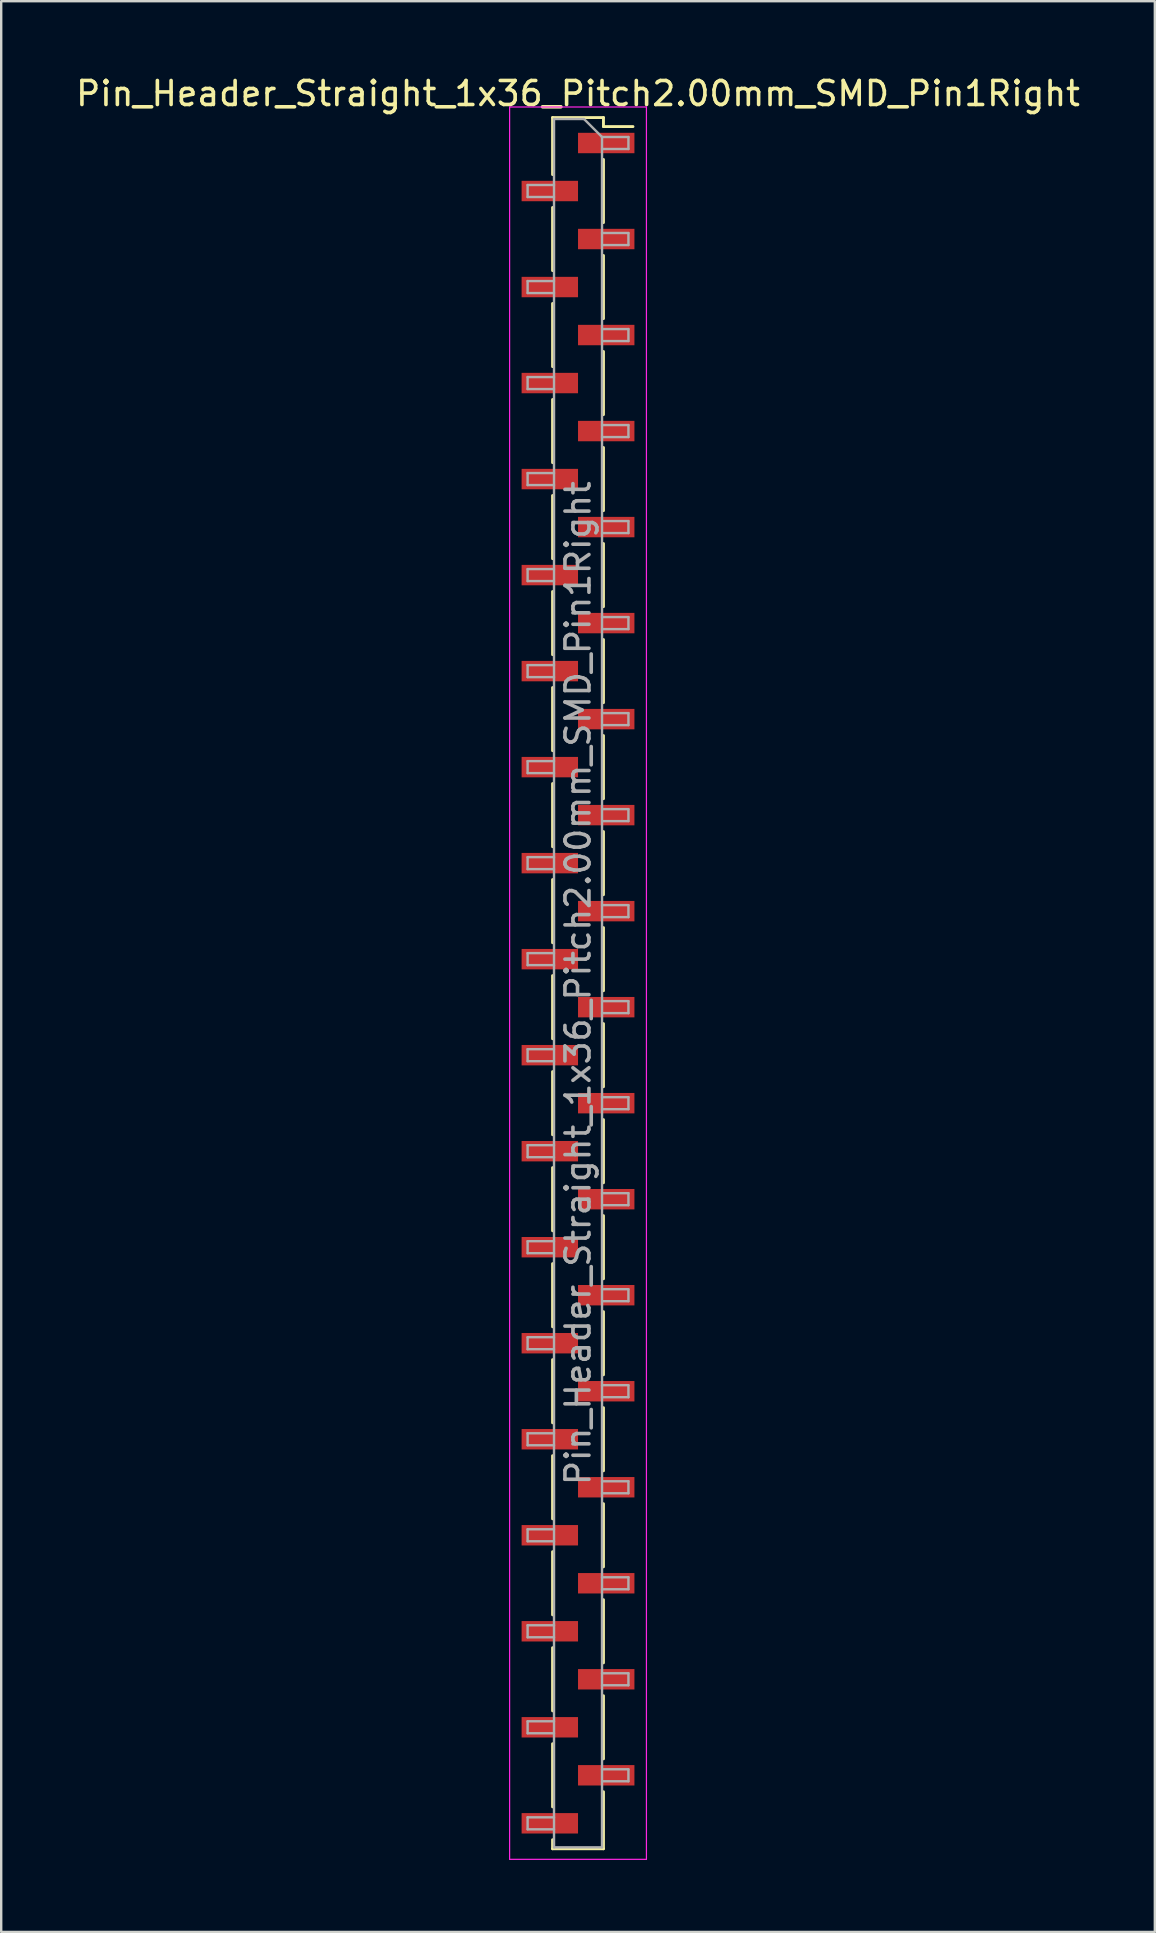
<source format=kicad_pcb>
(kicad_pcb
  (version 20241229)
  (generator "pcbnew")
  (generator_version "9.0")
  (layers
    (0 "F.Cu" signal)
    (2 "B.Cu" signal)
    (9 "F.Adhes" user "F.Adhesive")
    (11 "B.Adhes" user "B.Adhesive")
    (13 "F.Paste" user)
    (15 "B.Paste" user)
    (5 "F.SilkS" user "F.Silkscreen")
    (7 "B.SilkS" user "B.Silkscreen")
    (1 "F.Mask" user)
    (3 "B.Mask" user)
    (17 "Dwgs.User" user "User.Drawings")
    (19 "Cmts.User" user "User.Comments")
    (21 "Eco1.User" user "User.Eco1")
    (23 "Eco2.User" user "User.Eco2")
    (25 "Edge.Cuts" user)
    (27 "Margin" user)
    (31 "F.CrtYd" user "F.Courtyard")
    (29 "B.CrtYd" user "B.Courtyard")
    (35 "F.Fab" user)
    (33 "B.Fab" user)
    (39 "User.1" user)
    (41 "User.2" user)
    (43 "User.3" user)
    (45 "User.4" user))
  (footprint "Pin_Header_Straight_1x36_Pitch2.00mm_SMD_Pin1Right"
    (layer "F.Cu")
    (at 21.03 37.908)
    (property "Reference" "Pin_Header_Straight_1x36_Pitch2.00mm_SMD_Pin1Right" (at 0 -37.06 0) (layer "F.SilkS") (effects (font (size 1 1) (thickness 0.15))))
    (attr smd)
    (fp_line (start -1.06 -36.06) (end -1.06 -33.685) (stroke (width 0.12) (type solid)) (layer "F.SilkS"))
    (fp_line (start -1.06 -36.06) (end 1.06 -36.06) (stroke (width 0.12) (type solid)) (layer "F.SilkS"))
    (fp_line (start -1.06 -32.315) (end -1.06 -29.685) (stroke (width 0.12) (type solid)) (layer "F.SilkS"))
    (fp_line (start -1.06 -28.315) (end -1.06 -25.685) (stroke (width 0.12) (type solid)) (layer "F.SilkS"))
    (fp_line (start -1.06 -24.315) (end -1.06 -21.685) (stroke (width 0.12) (type solid)) (layer "F.SilkS"))
    (fp_line (start -1.06 -20.315) (end -1.06 -17.685) (stroke (width 0.12) (type solid)) (layer "F.SilkS"))
    (fp_line (start -1.06 -16.315) (end -1.06 -13.685) (stroke (width 0.12) (type solid)) (layer "F.SilkS"))
    (fp_line (start -1.06 -12.315) (end -1.06 -9.685) (stroke (width 0.12) (type solid)) (layer "F.SilkS"))
    (fp_line (start -1.06 -8.315) (end -1.06 -5.685) (stroke (width 0.12) (type solid)) (layer "F.SilkS"))
    (fp_line (start -1.06 -4.315) (end -1.06 -1.685) (stroke (width 0.12) (type solid)) (layer "F.SilkS"))
    (fp_line (start -1.06 -0.315) (end -1.06 2.315) (stroke (width 0.12) (type solid)) (layer "F.SilkS"))
    (fp_line (start -1.06 3.685) (end -1.06 6.315) (stroke (width 0.12) (type solid)) (layer "F.SilkS"))
    (fp_line (start -1.06 7.685) (end -1.06 10.315) (stroke (width 0.12) (type solid)) (layer "F.SilkS"))
    (fp_line (start -1.06 11.685) (end -1.06 14.315) (stroke (width 0.12) (type solid)) (layer "F.SilkS"))
    (fp_line (start -1.06 15.685) (end -1.06 18.315) (stroke (width 0.12) (type solid)) (layer "F.SilkS"))
    (fp_line (start -1.06 19.685) (end -1.06 22.315) (stroke (width 0.12) (type solid)) (layer "F.SilkS"))
    (fp_line (start -1.06 23.685) (end -1.06 26.315) (stroke (width 0.12) (type solid)) (layer "F.SilkS"))
    (fp_line (start -1.06 27.685) (end -1.06 30.315) (stroke (width 0.12) (type solid)) (layer "F.SilkS"))
    (fp_line (start -1.06 31.685) (end -1.06 34.315) (stroke (width 0.12) (type solid)) (layer "F.SilkS"))
    (fp_line (start -1.06 35.685) (end -1.06 36.06) (stroke (width 0.12) (type solid)) (layer "F.SilkS"))
    (fp_line (start -1.06 36.06) (end 1.06 36.06) (stroke (width 0.12) (type solid)) (layer "F.SilkS"))
    (fp_line (start 1.06 -36.06) (end 1.06 -35.685) (stroke (width 0.12) (type solid)) (layer "F.SilkS"))
    (fp_line (start 1.06 -35.685) (end 2.29 -35.685) (stroke (width 0.12) (type solid)) (layer "F.SilkS"))
    (fp_line (start 1.06 -34.315) (end 1.06 -31.685) (stroke (width 0.12) (type solid)) (layer "F.SilkS"))
    (fp_line (start 1.06 -30.315) (end 1.06 -27.685) (stroke (width 0.12) (type solid)) (layer "F.SilkS"))
    (fp_line (start 1.06 -26.315) (end 1.06 -23.685) (stroke (width 0.12) (type solid)) (layer "F.SilkS"))
    (fp_line (start 1.06 -22.315) (end 1.06 -19.685) (stroke (width 0.12) (type solid)) (layer "F.SilkS"))
    (fp_line (start 1.06 -18.315) (end 1.06 -15.685) (stroke (width 0.12) (type solid)) (layer "F.SilkS"))
    (fp_line (start 1.06 -14.315) (end 1.06 -11.685) (stroke (width 0.12) (type solid)) (layer "F.SilkS"))
    (fp_line (start 1.06 -10.315) (end 1.06 -7.685) (stroke (width 0.12) (type solid)) (layer "F.SilkS"))
    (fp_line (start 1.06 -6.315) (end 1.06 -3.685) (stroke (width 0.12) (type solid)) (layer "F.SilkS"))
    (fp_line (start 1.06 -2.315) (end 1.06 0.315) (stroke (width 0.12) (type solid)) (layer "F.SilkS"))
    (fp_line (start 1.06 1.685) (end 1.06 4.315) (stroke (width 0.12) (type solid)) (layer "F.SilkS"))
    (fp_line (start 1.06 5.685) (end 1.06 8.315) (stroke (width 0.12) (type solid)) (layer "F.SilkS"))
    (fp_line (start 1.06 9.685) (end 1.06 12.315) (stroke (width 0.12) (type solid)) (layer "F.SilkS"))
    (fp_line (start 1.06 13.685) (end 1.06 16.315) (stroke (width 0.12) (type solid)) (layer "F.SilkS"))
    (fp_line (start 1.06 17.685) (end 1.06 20.315) (stroke (width 0.12) (type solid)) (layer "F.SilkS"))
    (fp_line (start 1.06 21.685) (end 1.06 24.315) (stroke (width 0.12) (type solid)) (layer "F.SilkS"))
    (fp_line (start 1.06 25.685) (end 1.06 28.315) (stroke (width 0.12) (type solid)) (layer "F.SilkS"))
    (fp_line (start 1.06 29.685) (end 1.06 32.315) (stroke (width 0.12) (type solid)) (layer "F.SilkS"))
    (fp_line (start 1.06 33.685) (end 1.06 36.06) (stroke (width 0.12) (type solid)) (layer "F.SilkS"))
    (fp_line (start -2.85 -36.5) (end -2.85 36.5) (stroke (width 0.05) (type solid)) (layer "F.CrtYd"))
    (fp_line (start -2.85 36.5) (end 2.85 36.5) (stroke (width 0.05) (type solid)) (layer "F.CrtYd"))
    (fp_line (start 2.85 -36.5) (end -2.85 -36.5) (stroke (width 0.05) (type solid)) (layer "F.CrtYd"))
    (fp_line (start 2.85 36.5) (end 2.85 -36.5) (stroke (width 0.05) (type solid)) (layer "F.CrtYd"))
    (fp_line (start -2.1 -33.25) (end -2.1 -32.75) (stroke (width 0.1) (type solid)) (layer "F.Fab"))
    (fp_line (start -2.1 -32.75) (end -1 -32.75) (stroke (width 0.1) (type solid)) (layer "F.Fab"))
    (fp_line (start -2.1 -29.25) (end -2.1 -28.75) (stroke (width 0.1) (type solid)) (layer "F.Fab"))
    (fp_line (start -2.1 -28.75) (end -1 -28.75) (stroke (width 0.1) (type solid)) (layer "F.Fab"))
    (fp_line (start -2.1 -25.25) (end -2.1 -24.75) (stroke (width 0.1) (type solid)) (layer "F.Fab"))
    (fp_line (start -2.1 -24.75) (end -1 -24.75) (stroke (width 0.1) (type solid)) (layer "F.Fab"))
    (fp_line (start -2.1 -21.25) (end -2.1 -20.75) (stroke (width 0.1) (type solid)) (layer "F.Fab"))
    (fp_line (start -2.1 -20.75) (end -1 -20.75) (stroke (width 0.1) (type solid)) (layer "F.Fab"))
    (fp_line (start -2.1 -17.25) (end -2.1 -16.75) (stroke (width 0.1) (type solid)) (layer "F.Fab"))
    (fp_line (start -2.1 -16.75) (end -1 -16.75) (stroke (width 0.1) (type solid)) (layer "F.Fab"))
    (fp_line (start -2.1 -13.25) (end -2.1 -12.75) (stroke (width 0.1) (type solid)) (layer "F.Fab"))
    (fp_line (start -2.1 -12.75) (end -1 -12.75) (stroke (width 0.1) (type solid)) (layer "F.Fab"))
    (fp_line (start -2.1 -9.25) (end -2.1 -8.75) (stroke (width 0.1) (type solid)) (layer "F.Fab"))
    (fp_line (start -2.1 -8.75) (end -1 -8.75) (stroke (width 0.1) (type solid)) (layer "F.Fab"))
    (fp_line (start -2.1 -5.25) (end -2.1 -4.75) (stroke (width 0.1) (type solid)) (layer "F.Fab"))
    (fp_line (start -2.1 -4.75) (end -1 -4.75) (stroke (width 0.1) (type solid)) (layer "F.Fab"))
    (fp_line (start -2.1 -1.25) (end -2.1 -0.75) (stroke (width 0.1) (type solid)) (layer "F.Fab"))
    (fp_line (start -2.1 -0.75) (end -1 -0.75) (stroke (width 0.1) (type solid)) (layer "F.Fab"))
    (fp_line (start -2.1 2.75) (end -2.1 3.25) (stroke (width 0.1) (type solid)) (layer "F.Fab"))
    (fp_line (start -2.1 3.25) (end -1 3.25) (stroke (width 0.1) (type solid)) (layer "F.Fab"))
    (fp_line (start -2.1 6.75) (end -2.1 7.25) (stroke (width 0.1) (type solid)) (layer "F.Fab"))
    (fp_line (start -2.1 7.25) (end -1 7.25) (stroke (width 0.1) (type solid)) (layer "F.Fab"))
    (fp_line (start -2.1 10.75) (end -2.1 11.25) (stroke (width 0.1) (type solid)) (layer "F.Fab"))
    (fp_line (start -2.1 11.25) (end -1 11.25) (stroke (width 0.1) (type solid)) (layer "F.Fab"))
    (fp_line (start -2.1 14.75) (end -2.1 15.25) (stroke (width 0.1) (type solid)) (layer "F.Fab"))
    (fp_line (start -2.1 15.25) (end -1 15.25) (stroke (width 0.1) (type solid)) (layer "F.Fab"))
    (fp_line (start -2.1 18.75) (end -2.1 19.25) (stroke (width 0.1) (type solid)) (layer "F.Fab"))
    (fp_line (start -2.1 19.25) (end -1 19.25) (stroke (width 0.1) (type solid)) (layer "F.Fab"))
    (fp_line (start -2.1 22.75) (end -2.1 23.25) (stroke (width 0.1) (type solid)) (layer "F.Fab"))
    (fp_line (start -2.1 23.25) (end -1 23.25) (stroke (width 0.1) (type solid)) (layer "F.Fab"))
    (fp_line (start -2.1 26.75) (end -2.1 27.25) (stroke (width 0.1) (type solid)) (layer "F.Fab"))
    (fp_line (start -2.1 27.25) (end -1 27.25) (stroke (width 0.1) (type solid)) (layer "F.Fab"))
    (fp_line (start -2.1 30.75) (end -2.1 31.25) (stroke (width 0.1) (type solid)) (layer "F.Fab"))
    (fp_line (start -2.1 31.25) (end -1 31.25) (stroke (width 0.1) (type solid)) (layer "F.Fab"))
    (fp_line (start -2.1 34.75) (end -2.1 35.25) (stroke (width 0.1) (type solid)) (layer "F.Fab"))
    (fp_line (start -2.1 35.25) (end -1 35.25) (stroke (width 0.1) (type solid)) (layer "F.Fab"))
    (fp_line (start -1 -36) (end -1 36) (stroke (width 0.1) (type solid)) (layer "F.Fab"))
    (fp_line (start -1 -36) (end 0.25 -36) (stroke (width 0.1) (type solid)) (layer "F.Fab"))
    (fp_line (start -1 -33.25) (end -2.1 -33.25) (stroke (width 0.1) (type solid)) (layer "F.Fab"))
    (fp_line (start -1 -29.25) (end -2.1 -29.25) (stroke (width 0.1) (type solid)) (layer "F.Fab"))
    (fp_line (start -1 -25.25) (end -2.1 -25.25) (stroke (width 0.1) (type solid)) (layer "F.Fab"))
    (fp_line (start -1 -21.25) (end -2.1 -21.25) (stroke (width 0.1) (type solid)) (layer "F.Fab"))
    (fp_line (start -1 -17.25) (end -2.1 -17.25) (stroke (width 0.1) (type solid)) (layer "F.Fab"))
    (fp_line (start -1 -13.25) (end -2.1 -13.25) (stroke (width 0.1) (type solid)) (layer "F.Fab"))
    (fp_line (start -1 -9.25) (end -2.1 -9.25) (stroke (width 0.1) (type solid)) (layer "F.Fab"))
    (fp_line (start -1 -5.25) (end -2.1 -5.25) (stroke (width 0.1) (type solid)) (layer "F.Fab"))
    (fp_line (start -1 -1.25) (end -2.1 -1.25) (stroke (width 0.1) (type solid)) (layer "F.Fab"))
    (fp_line (start -1 2.75) (end -2.1 2.75) (stroke (width 0.1) (type solid)) (layer "F.Fab"))
    (fp_line (start -1 6.75) (end -2.1 6.75) (stroke (width 0.1) (type solid)) (layer "F.Fab"))
    (fp_line (start -1 10.75) (end -2.1 10.75) (stroke (width 0.1) (type solid)) (layer "F.Fab"))
    (fp_line (start -1 14.75) (end -2.1 14.75) (stroke (width 0.1) (type solid)) (layer "F.Fab"))
    (fp_line (start -1 18.75) (end -2.1 18.75) (stroke (width 0.1) (type solid)) (layer "F.Fab"))
    (fp_line (start -1 22.75) (end -2.1 22.75) (stroke (width 0.1) (type solid)) (layer "F.Fab"))
    (fp_line (start -1 26.75) (end -2.1 26.75) (stroke (width 0.1) (type solid)) (layer "F.Fab"))
    (fp_line (start -1 30.75) (end -2.1 30.75) (stroke (width 0.1) (type solid)) (layer "F.Fab"))
    (fp_line (start -1 34.75) (end -2.1 34.75) (stroke (width 0.1) (type solid)) (layer "F.Fab"))
    (fp_line (start 1 -35.25) (end 0.25 -36) (stroke (width 0.1) (type solid)) (layer "F.Fab"))
    (fp_line (start 1 -35.25) (end 2.1 -35.25) (stroke (width 0.1) (type solid)) (layer "F.Fab"))
    (fp_line (start 1 -31.25) (end 2.1 -31.25) (stroke (width 0.1) (type solid)) (layer "F.Fab"))
    (fp_line (start 1 -27.25) (end 2.1 -27.25) (stroke (width 0.1) (type solid)) (layer "F.Fab"))
    (fp_line (start 1 -23.25) (end 2.1 -23.25) (stroke (width 0.1) (type solid)) (layer "F.Fab"))
    (fp_line (start 1 -19.25) (end 2.1 -19.25) (stroke (width 0.1) (type solid)) (layer "F.Fab"))
    (fp_line (start 1 -15.25) (end 2.1 -15.25) (stroke (width 0.1) (type solid)) (layer "F.Fab"))
    (fp_line (start 1 -11.25) (end 2.1 -11.25) (stroke (width 0.1) (type solid)) (layer "F.Fab"))
    (fp_line (start 1 -7.25) (end 2.1 -7.25) (stroke (width 0.1) (type solid)) (layer "F.Fab"))
    (fp_line (start 1 -3.25) (end 2.1 -3.25) (stroke (width 0.1) (type solid)) (layer "F.Fab"))
    (fp_line (start 1 0.75) (end 2.1 0.75) (stroke (width 0.1) (type solid)) (layer "F.Fab"))
    (fp_line (start 1 4.75) (end 2.1 4.75) (stroke (width 0.1) (type solid)) (layer "F.Fab"))
    (fp_line (start 1 8.75) (end 2.1 8.75) (stroke (width 0.1) (type solid)) (layer "F.Fab"))
    (fp_line (start 1 12.75) (end 2.1 12.75) (stroke (width 0.1) (type solid)) (layer "F.Fab"))
    (fp_line (start 1 16.75) (end 2.1 16.75) (stroke (width 0.1) (type solid)) (layer "F.Fab"))
    (fp_line (start 1 20.75) (end 2.1 20.75) (stroke (width 0.1) (type solid)) (layer "F.Fab"))
    (fp_line (start 1 24.75) (end 2.1 24.75) (stroke (width 0.1) (type solid)) (layer "F.Fab"))
    (fp_line (start 1 28.75) (end 2.1 28.75) (stroke (width 0.1) (type solid)) (layer "F.Fab"))
    (fp_line (start 1 32.75) (end 2.1 32.75) (stroke (width 0.1) (type solid)) (layer "F.Fab"))
    (fp_line (start 1 36) (end -1 36) (stroke (width 0.1) (type solid)) (layer "F.Fab"))
    (fp_line (start 1 36) (end 1 -35.25) (stroke (width 0.1) (type solid)) (layer "F.Fab"))
    (fp_line (start 2.1 -35.25) (end 2.1 -34.75) (stroke (width 0.1) (type solid)) (layer "F.Fab"))
    (fp_line (start 2.1 -34.75) (end 1 -34.75) (stroke (width 0.1) (type solid)) (layer "F.Fab"))
    (fp_line (start 2.1 -31.25) (end 2.1 -30.75) (stroke (width 0.1) (type solid)) (layer "F.Fab"))
    (fp_line (start 2.1 -30.75) (end 1 -30.75) (stroke (width 0.1) (type solid)) (layer "F.Fab"))
    (fp_line (start 2.1 -27.25) (end 2.1 -26.75) (stroke (width 0.1) (type solid)) (layer "F.Fab"))
    (fp_line (start 2.1 -26.75) (end 1 -26.75) (stroke (width 0.1) (type solid)) (layer "F.Fab"))
    (fp_line (start 2.1 -23.25) (end 2.1 -22.75) (stroke (width 0.1) (type solid)) (layer "F.Fab"))
    (fp_line (start 2.1 -22.75) (end 1 -22.75) (stroke (width 0.1) (type solid)) (layer "F.Fab"))
    (fp_line (start 2.1 -19.25) (end 2.1 -18.75) (stroke (width 0.1) (type solid)) (layer "F.Fab"))
    (fp_line (start 2.1 -18.75) (end 1 -18.75) (stroke (width 0.1) (type solid)) (layer "F.Fab"))
    (fp_line (start 2.1 -15.25) (end 2.1 -14.75) (stroke (width 0.1) (type solid)) (layer "F.Fab"))
    (fp_line (start 2.1 -14.75) (end 1 -14.75) (stroke (width 0.1) (type solid)) (layer "F.Fab"))
    (fp_line (start 2.1 -11.25) (end 2.1 -10.75) (stroke (width 0.1) (type solid)) (layer "F.Fab"))
    (fp_line (start 2.1 -10.75) (end 1 -10.75) (stroke (width 0.1) (type solid)) (layer "F.Fab"))
    (fp_line (start 2.1 -7.25) (end 2.1 -6.75) (stroke (width 0.1) (type solid)) (layer "F.Fab"))
    (fp_line (start 2.1 -6.75) (end 1 -6.75) (stroke (width 0.1) (type solid)) (layer "F.Fab"))
    (fp_line (start 2.1 -3.25) (end 2.1 -2.75) (stroke (width 0.1) (type solid)) (layer "F.Fab"))
    (fp_line (start 2.1 -2.75) (end 1 -2.75) (stroke (width 0.1) (type solid)) (layer "F.Fab"))
    (fp_line (start 2.1 0.75) (end 2.1 1.25) (stroke (width 0.1) (type solid)) (layer "F.Fab"))
    (fp_line (start 2.1 1.25) (end 1 1.25) (stroke (width 0.1) (type solid)) (layer "F.Fab"))
    (fp_line (start 2.1 4.75) (end 2.1 5.25) (stroke (width 0.1) (type solid)) (layer "F.Fab"))
    (fp_line (start 2.1 5.25) (end 1 5.25) (stroke (width 0.1) (type solid)) (layer "F.Fab"))
    (fp_line (start 2.1 8.75) (end 2.1 9.25) (stroke (width 0.1) (type solid)) (layer "F.Fab"))
    (fp_line (start 2.1 9.25) (end 1 9.25) (stroke (width 0.1) (type solid)) (layer "F.Fab"))
    (fp_line (start 2.1 12.75) (end 2.1 13.25) (stroke (width 0.1) (type solid)) (layer "F.Fab"))
    (fp_line (start 2.1 13.25) (end 1 13.25) (stroke (width 0.1) (type solid)) (layer "F.Fab"))
    (fp_line (start 2.1 16.75) (end 2.1 17.25) (stroke (width 0.1) (type solid)) (layer "F.Fab"))
    (fp_line (start 2.1 17.25) (end 1 17.25) (stroke (width 0.1) (type solid)) (layer "F.Fab"))
    (fp_line (start 2.1 20.75) (end 2.1 21.25) (stroke (width 0.1) (type solid)) (layer "F.Fab"))
    (fp_line (start 2.1 21.25) (end 1 21.25) (stroke (width 0.1) (type solid)) (layer "F.Fab"))
    (fp_line (start 2.1 24.75) (end 2.1 25.25) (stroke (width 0.1) (type solid)) (layer "F.Fab"))
    (fp_line (start 2.1 25.25) (end 1 25.25) (stroke (width 0.1) (type solid)) (layer "F.Fab"))
    (fp_line (start 2.1 28.75) (end 2.1 29.25) (stroke (width 0.1) (type solid)) (layer "F.Fab"))
    (fp_line (start 2.1 29.25) (end 1 29.25) (stroke (width 0.1) (type solid)) (layer "F.Fab"))
    (fp_line (start 2.1 32.75) (end 2.1 33.25) (stroke (width 0.1) (type solid)) (layer "F.Fab"))
    (fp_line (start 2.1 33.25) (end 1 33.25) (stroke (width 0.1) (type solid)) (layer "F.Fab"))
    (fp_text user "${REFERENCE}" (at 0 0 90) (layer "F.Fab") (effects (font (size 1 1) (thickness 0.15))))
    (pad "1" smd rect (at 1.175 -35) (size 2.35 0.85) (layers "F.Cu" "F.Mask" "F.Paste"))
    (pad "2" smd rect (at -1.175 -33) (size 2.35 0.85) (layers "F.Cu" "F.Mask" "F.Paste"))
    (pad "3" smd rect (at 1.175 -31) (size 2.35 0.85) (layers "F.Cu" "F.Mask" "F.Paste"))
    (pad "4" smd rect (at -1.175 -29) (size 2.35 0.85) (layers "F.Cu" "F.Mask" "F.Paste"))
    (pad "5" smd rect (at 1.175 -27) (size 2.35 0.85) (layers "F.Cu" "F.Mask" "F.Paste"))
    (pad "6" smd rect (at -1.175 -25) (size 2.35 0.85) (layers "F.Cu" "F.Mask" "F.Paste"))
    (pad "7" smd rect (at 1.175 -23) (size 2.35 0.85) (layers "F.Cu" "F.Mask" "F.Paste"))
    (pad "8" smd rect (at -1.175 -21) (size 2.35 0.85) (layers "F.Cu" "F.Mask" "F.Paste"))
    (pad "9" smd rect (at 1.175 -19) (size 2.35 0.85) (layers "F.Cu" "F.Mask" "F.Paste"))
    (pad "10" smd rect (at -1.175 -17) (size 2.35 0.85) (layers "F.Cu" "F.Mask" "F.Paste"))
    (pad "11" smd rect (at 1.175 -15) (size 2.35 0.85) (layers "F.Cu" "F.Mask" "F.Paste"))
    (pad "12" smd rect (at -1.175 -13) (size 2.35 0.85) (layers "F.Cu" "F.Mask" "F.Paste"))
    (pad "13" smd rect (at 1.175 -11) (size 2.35 0.85) (layers "F.Cu" "F.Mask" "F.Paste"))
    (pad "14" smd rect (at -1.175 -9) (size 2.35 0.85) (layers "F.Cu" "F.Mask" "F.Paste"))
    (pad "15" smd rect (at 1.175 -7) (size 2.35 0.85) (layers "F.Cu" "F.Mask" "F.Paste"))
    (pad "16" smd rect (at -1.175 -5) (size 2.35 0.85) (layers "F.Cu" "F.Mask" "F.Paste"))
    (pad "17" smd rect (at 1.175 -3) (size 2.35 0.85) (layers "F.Cu" "F.Mask" "F.Paste"))
    (pad "18" smd rect (at -1.175 -1) (size 2.35 0.85) (layers "F.Cu" "F.Mask" "F.Paste"))
    (pad "19" smd rect (at 1.175 1) (size 2.35 0.85) (layers "F.Cu" "F.Mask" "F.Paste"))
    (pad "20" smd rect (at -1.175 3) (size 2.35 0.85) (layers "F.Cu" "F.Mask" "F.Paste"))
    (pad "21" smd rect (at 1.175 5) (size 2.35 0.85) (layers "F.Cu" "F.Mask" "F.Paste"))
    (pad "22" smd rect (at -1.175 7) (size 2.35 0.85) (layers "F.Cu" "F.Mask" "F.Paste"))
    (pad "23" smd rect (at 1.175 9) (size 2.35 0.85) (layers "F.Cu" "F.Mask" "F.Paste"))
    (pad "24" smd rect (at -1.175 11) (size 2.35 0.85) (layers "F.Cu" "F.Mask" "F.Paste"))
    (pad "25" smd rect (at 1.175 13) (size 2.35 0.85) (layers "F.Cu" "F.Mask" "F.Paste"))
    (pad "26" smd rect (at -1.175 15) (size 2.35 0.85) (layers "F.Cu" "F.Mask" "F.Paste"))
    (pad "27" smd rect (at 1.175 17) (size 2.35 0.85) (layers "F.Cu" "F.Mask" "F.Paste"))
    (pad "28" smd rect (at -1.175 19) (size 2.35 0.85) (layers "F.Cu" "F.Mask" "F.Paste"))
    (pad "29" smd rect (at 1.175 21) (size 2.35 0.85) (layers "F.Cu" "F.Mask" "F.Paste"))
    (pad "30" smd rect (at -1.175 23) (size 2.35 0.85) (layers "F.Cu" "F.Mask" "F.Paste"))
    (pad "31" smd rect (at 1.175 25) (size 2.35 0.85) (layers "F.Cu" "F.Mask" "F.Paste"))
    (pad "32" smd rect (at -1.175 27) (size 2.35 0.85) (layers "F.Cu" "F.Mask" "F.Paste"))
    (pad "33" smd rect (at 1.175 29) (size 2.35 0.85) (layers "F.Cu" "F.Mask" "F.Paste"))
    (pad "34" smd rect (at -1.175 31) (size 2.35 0.85) (layers "F.Cu" "F.Mask" "F.Paste"))
    (pad "35" smd rect (at 1.175 33) (size 2.35 0.85) (layers "F.Cu" "F.Mask" "F.Paste"))
    (pad "36" smd rect (at -1.175 35) (size 2.35 0.85) (layers "F.Cu" "F.Mask" "F.Paste")))
  (gr_rect
    (start -3 -3)
    (end 45.06 77.433)
    (stroke (width 0.1) (type default))
    (fill no)
    (layer "Edge.Cuts")))
</source>
